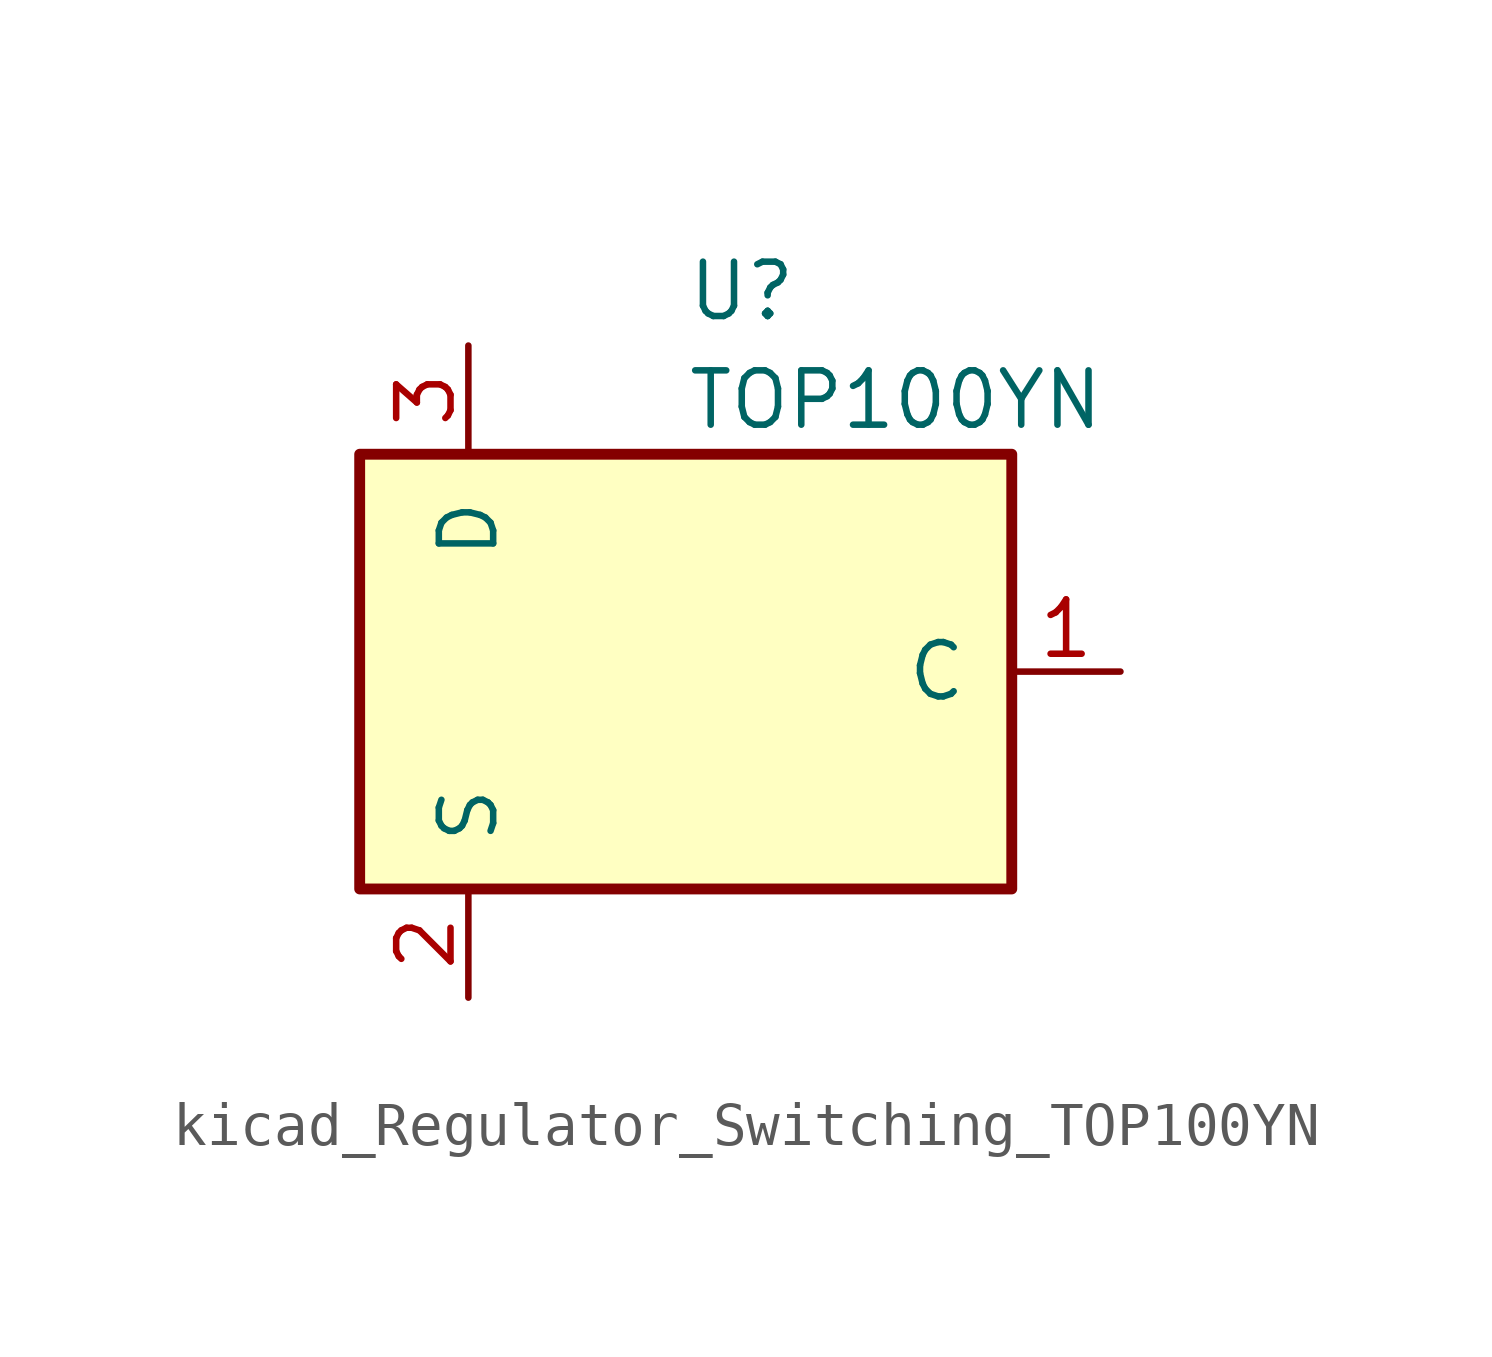
<source format=kicad_sym>
(kicad_symbol_lib
  (version 20220914)
  (generator kicad_symbol_editor)
  (symbol "kicad_Regulator_Switching_TOP100YN"
    (pin_names
      (offset 1.016))
    (property "Reference" "U"
      (at 0 8.89 0)
      (effects (font (size 1.27 1.27)) (justify left)))
    (property "Value" "TOP100YN"
      (at 0 6.35 0)
      (effects (font (size 1.27 1.27)) (justify left)))
    (symbol "kicad_Regulator_Switching_TOP100YN_0_1"
      (rectangle (start -7.62 5.08) (end 7.62 -5.08) (stroke (width 0.254) (type default)) (fill (type background))))
    (symbol "kicad_Regulator_Switching_TOP100YN_1_1"
      (pin input line (at 10.16 0 180) (length 2.54) (name "C" (effects (font (size 1.27 1.27)))) (number "1" (effects (font (size 1.27 1.27)))))
      (pin power_in line (at -5.08 -7.62 90) (length 2.54) (name "S" (effects (font (size 1.27 1.27)))) (number "2" (effects (font (size 1.27 1.27)))))
      (pin open_collector line (at -5.08 7.62 270) (length 2.54) (name "D" (effects (font (size 1.27 1.27)))) (number "3" (effects (font (size 1.27 1.27))))))))
</source>
